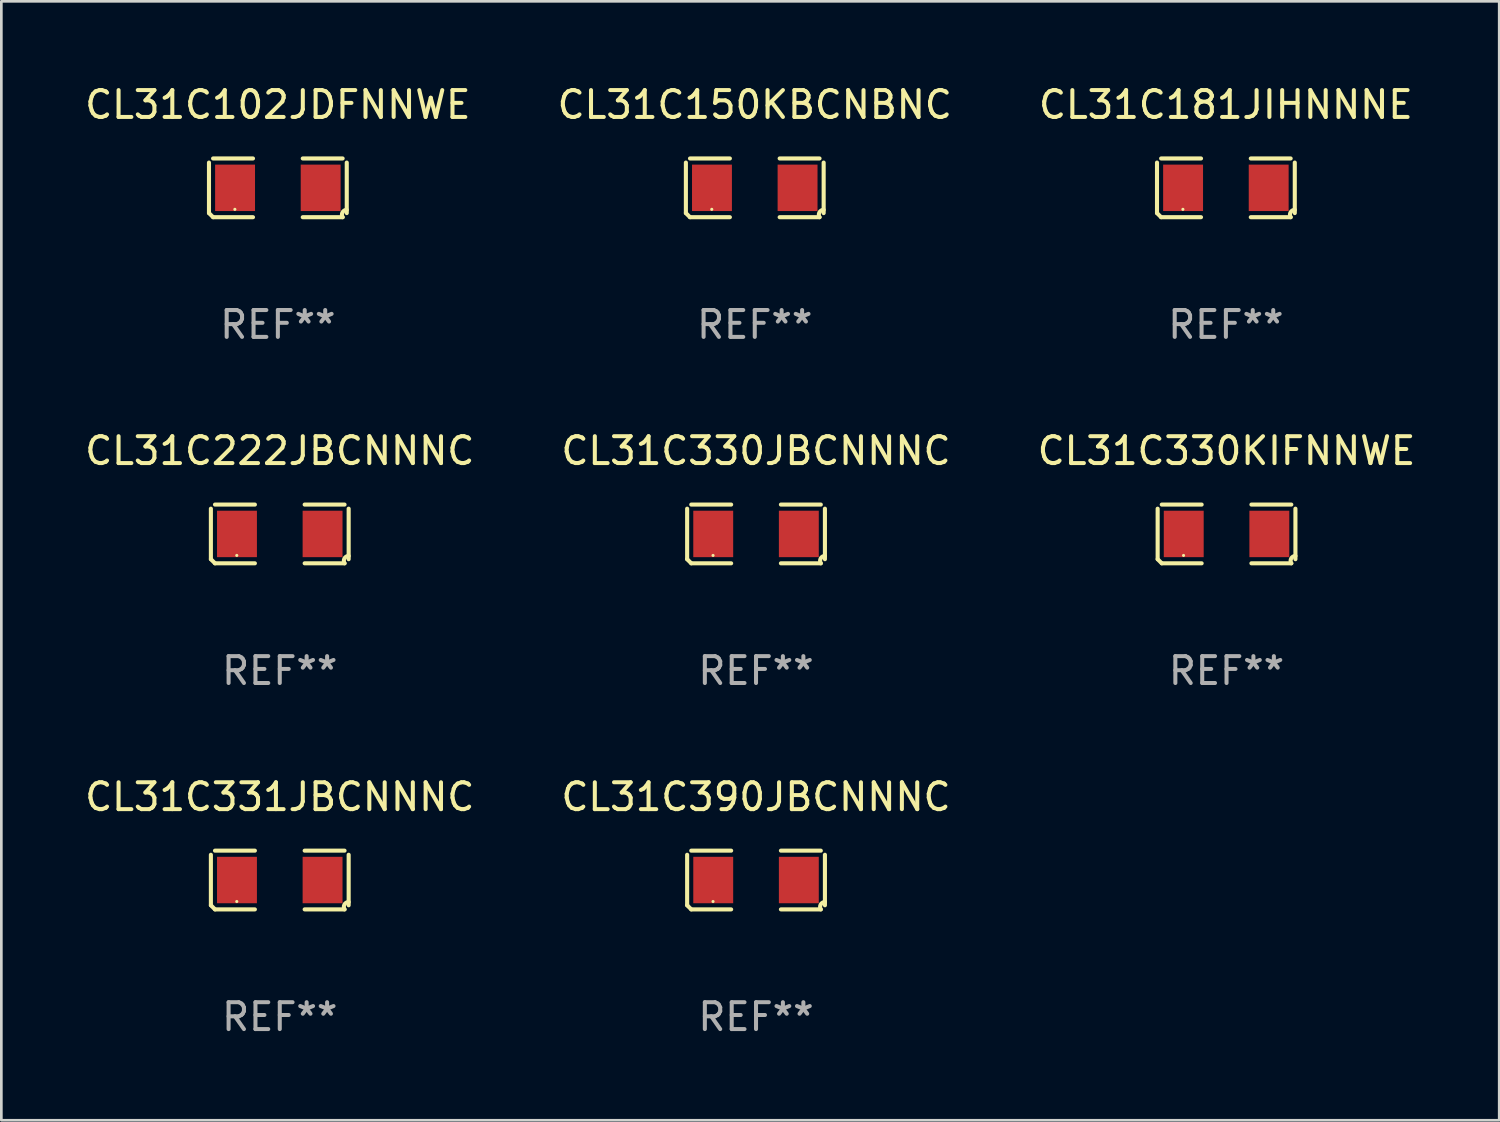
<source format=kicad_pcb>
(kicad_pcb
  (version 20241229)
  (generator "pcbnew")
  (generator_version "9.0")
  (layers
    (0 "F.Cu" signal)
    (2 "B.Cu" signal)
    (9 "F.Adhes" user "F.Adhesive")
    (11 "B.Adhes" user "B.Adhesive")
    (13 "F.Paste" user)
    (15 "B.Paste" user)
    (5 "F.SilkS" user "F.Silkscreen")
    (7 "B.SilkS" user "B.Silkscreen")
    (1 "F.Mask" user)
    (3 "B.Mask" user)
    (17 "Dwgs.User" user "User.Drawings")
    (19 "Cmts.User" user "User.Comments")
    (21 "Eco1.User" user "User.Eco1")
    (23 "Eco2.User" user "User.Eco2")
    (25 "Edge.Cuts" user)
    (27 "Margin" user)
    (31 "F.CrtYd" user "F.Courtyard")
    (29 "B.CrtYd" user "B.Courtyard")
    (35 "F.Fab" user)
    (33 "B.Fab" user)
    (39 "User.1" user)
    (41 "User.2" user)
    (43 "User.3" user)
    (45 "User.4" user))
  (footprint "CL31C330JBCNNNC"
    (layer "F.Cu")
    (at 25.089 16.823)
    (property "Reference" "CL31C330JBCNNNC" (at 0 -3.093 0) (layer "F.SilkS") (effects (font (size 1 1) (thickness 0.15))))
    (attr through_hole)
    (fp_line (start -2.564 0.94) (end -2.564 -0.94) (stroke (width 0.152) (type solid)) (layer "F.SilkS"))
    (fp_line (start -2.411 -1.093) (end -0.926 -1.093) (stroke (width 0.152) (type solid)) (layer "F.SilkS"))
    (fp_line (start -0.926 1.093) (end -2.411 1.093) (stroke (width 0.152) (type solid)) (layer "F.SilkS"))
    (fp_line (start 0.926 1.093) (end 2.411 1.093) (stroke (width 0.152) (type solid)) (layer "F.SilkS"))
    (fp_line (start 2.411 -1.093) (end 0.926 -1.093) (stroke (width 0.152) (type solid)) (layer "F.SilkS"))
    (fp_line (start 2.564 0.94) (end 2.564 -0.94) (stroke (width 0.152) (type solid)) (layer "F.SilkS"))
    (fp_arc (start -2.411201 1.092609) (mid -2.487413 1.01642) (end -2.563602 0.940208) (stroke (width 0.1524) (type solid)) (layer "F.SilkS"))
    (fp_arc (start 2.411201 1.092609) (mid 2.407159 0.911226) (end 2.563602 0.819347) (stroke (width 0.1524) (type solid)) (layer "F.SilkS"))
    (fp_circle (center -1.6 0.8) (end -1.57 0.8) (stroke (width 0.06) (type solid)) (fill no) (layer "F.SilkS"))
    (fp_text user "REF**" (at 0 5.093 0) (layer "F.Fab") (effects (font (size 1 1) (thickness 0.15))))
    (pad "1" smd rect (at -1.593 0) (size 1.485 1.728) (layers "F.Cu" "F.Mask" "F.Paste"))
    (pad "2" smd rect (at 1.593 0) (size 1.485 1.728) (layers "F.Cu" "F.Mask" "F.Paste")))
  (footprint "CL31C102JDFNNWE"
    (layer "F.Cu")
    (at 7.292 3.941)
    (property "Reference" "CL31C102JDFNNWE" (at 0 -3.093 0) (layer "F.SilkS") (effects (font (size 1 1) (thickness 0.15))))
    (attr through_hole)
    (fp_line (start -2.564 0.94) (end -2.564 -0.94) (stroke (width 0.152) (type solid)) (layer "F.SilkS"))
    (fp_line (start -2.411 -1.093) (end -0.926 -1.093) (stroke (width 0.152) (type solid)) (layer "F.SilkS"))
    (fp_line (start -0.926 1.093) (end -2.411 1.093) (stroke (width 0.152) (type solid)) (layer "F.SilkS"))
    (fp_line (start 0.926 1.093) (end 2.411 1.093) (stroke (width 0.152) (type solid)) (layer "F.SilkS"))
    (fp_line (start 2.411 -1.093) (end 0.926 -1.093) (stroke (width 0.152) (type solid)) (layer "F.SilkS"))
    (fp_line (start 2.564 0.94) (end 2.564 -0.94) (stroke (width 0.152) (type solid)) (layer "F.SilkS"))
    (fp_arc (start -2.411201 1.092609) (mid -2.487413 1.01642) (end -2.563602 0.940208) (stroke (width 0.1524) (type solid)) (layer "F.SilkS"))
    (fp_arc (start 2.411201 1.092609) (mid 2.407159 0.911226) (end 2.563602 0.819347) (stroke (width 0.1524) (type solid)) (layer "F.SilkS"))
    (fp_circle (center -1.6 0.8) (end -1.57 0.8) (stroke (width 0.06) (type solid)) (fill no) (layer "F.SilkS"))
    (fp_text user "REF**" (at 0 5.093 0) (layer "F.Fab") (effects (font (size 1 1) (thickness 0.15))))
    (pad "1" smd rect (at -1.593 0) (size 1.485 1.728) (layers "F.Cu" "F.Mask" "F.Paste"))
    (pad "2" smd rect (at 1.593 0) (size 1.485 1.728) (layers "F.Cu" "F.Mask" "F.Paste")))
  (footprint "CL31C390JBCNNNC"
    (layer "F.Cu")
    (at 25.089 29.704)
    (property "Reference" "CL31C390JBCNNNC" (at 0 -3.093 0) (layer "F.SilkS") (effects (font (size 1 1) (thickness 0.15))))
    (attr through_hole)
    (fp_line (start -2.564 0.94) (end -2.564 -0.94) (stroke (width 0.152) (type solid)) (layer "F.SilkS"))
    (fp_line (start -2.411 -1.093) (end -0.926 -1.093) (stroke (width 0.152) (type solid)) (layer "F.SilkS"))
    (fp_line (start -0.926 1.093) (end -2.411 1.093) (stroke (width 0.152) (type solid)) (layer "F.SilkS"))
    (fp_line (start 0.926 1.093) (end 2.411 1.093) (stroke (width 0.152) (type solid)) (layer "F.SilkS"))
    (fp_line (start 2.411 -1.093) (end 0.926 -1.093) (stroke (width 0.152) (type solid)) (layer "F.SilkS"))
    (fp_line (start 2.564 0.94) (end 2.564 -0.94) (stroke (width 0.152) (type solid)) (layer "F.SilkS"))
    (fp_arc (start -2.411201 1.092609) (mid -2.487413 1.01642) (end -2.563602 0.940208) (stroke (width 0.1524) (type solid)) (layer "F.SilkS"))
    (fp_arc (start 2.411201 1.092609) (mid 2.407159 0.911226) (end 2.563602 0.819347) (stroke (width 0.1524) (type solid)) (layer "F.SilkS"))
    (fp_circle (center -1.6 0.8) (end -1.57 0.8) (stroke (width 0.06) (type solid)) (fill no) (layer "F.SilkS"))
    (fp_text user "REF**" (at 0 5.093 0) (layer "F.Fab") (effects (font (size 1 1) (thickness 0.15))))
    (pad "1" smd rect (at -1.593 0) (size 1.485 1.728) (layers "F.Cu" "F.Mask" "F.Paste"))
    (pad "2" smd rect (at 1.593 0) (size 1.485 1.728) (layers "F.Cu" "F.Mask" "F.Paste")))
  (footprint "CL31C222JBCNNNC"
    (layer "F.Cu")
    (at 7.363 16.823)
    (property "Reference" "CL31C222JBCNNNC" (at 0 -3.093 0) (layer "F.SilkS") (effects (font (size 1 1) (thickness 0.15))))
    (attr through_hole)
    (fp_line (start -2.564 0.94) (end -2.564 -0.94) (stroke (width 0.152) (type solid)) (layer "F.SilkS"))
    (fp_line (start -2.411 -1.093) (end -0.926 -1.093) (stroke (width 0.152) (type solid)) (layer "F.SilkS"))
    (fp_line (start -0.926 1.093) (end -2.411 1.093) (stroke (width 0.152) (type solid)) (layer "F.SilkS"))
    (fp_line (start 0.926 1.093) (end 2.411 1.093) (stroke (width 0.152) (type solid)) (layer "F.SilkS"))
    (fp_line (start 2.411 -1.093) (end 0.926 -1.093) (stroke (width 0.152) (type solid)) (layer "F.SilkS"))
    (fp_line (start 2.564 0.94) (end 2.564 -0.94) (stroke (width 0.152) (type solid)) (layer "F.SilkS"))
    (fp_arc (start -2.411201 1.092609) (mid -2.487413 1.01642) (end -2.563602 0.940208) (stroke (width 0.1524) (type solid)) (layer "F.SilkS"))
    (fp_arc (start 2.411201 1.092609) (mid 2.407159 0.911226) (end 2.563602 0.819347) (stroke (width 0.1524) (type solid)) (layer "F.SilkS"))
    (fp_circle (center -1.6 0.8) (end -1.57 0.8) (stroke (width 0.06) (type solid)) (fill no) (layer "F.SilkS"))
    (fp_text user "REF**" (at 0 5.093 0) (layer "F.Fab") (effects (font (size 1 1) (thickness 0.15))))
    (pad "1" smd rect (at -1.593 0) (size 1.485 1.728) (layers "F.Cu" "F.Mask" "F.Paste"))
    (pad "2" smd rect (at 1.593 0) (size 1.485 1.728) (layers "F.Cu" "F.Mask" "F.Paste")))
  (footprint "CL31C330KIFNNWE"
    (layer "F.Cu")
    (at 42.601 16.823)
    (property "Reference" "CL31C330KIFNNWE" (at 0 -3.093 0) (layer "F.SilkS") (effects (font (size 1 1) (thickness 0.15))))
    (attr through_hole)
    (fp_line (start -2.564 0.94) (end -2.564 -0.94) (stroke (width 0.152) (type solid)) (layer "F.SilkS"))
    (fp_line (start -2.411 -1.093) (end -0.926 -1.093) (stroke (width 0.152) (type solid)) (layer "F.SilkS"))
    (fp_line (start -0.926 1.093) (end -2.411 1.093) (stroke (width 0.152) (type solid)) (layer "F.SilkS"))
    (fp_line (start 0.926 1.093) (end 2.411 1.093) (stroke (width 0.152) (type solid)) (layer "F.SilkS"))
    (fp_line (start 2.411 -1.093) (end 0.926 -1.093) (stroke (width 0.152) (type solid)) (layer "F.SilkS"))
    (fp_line (start 2.564 0.94) (end 2.564 -0.94) (stroke (width 0.152) (type solid)) (layer "F.SilkS"))
    (fp_arc (start -2.411201 1.092609) (mid -2.487413 1.01642) (end -2.563602 0.940208) (stroke (width 0.1524) (type solid)) (layer "F.SilkS"))
    (fp_arc (start 2.411201 1.092609) (mid 2.407159 0.911226) (end 2.563602 0.819347) (stroke (width 0.1524) (type solid)) (layer "F.SilkS"))
    (fp_circle (center -1.6 0.8) (end -1.57 0.8) (stroke (width 0.06) (type solid)) (fill no) (layer "F.SilkS"))
    (fp_text user "REF**" (at 0 5.093 0) (layer "F.Fab") (effects (font (size 1 1) (thickness 0.15))))
    (pad "1" smd rect (at -1.593 0) (size 1.485 1.728) (layers "F.Cu" "F.Mask" "F.Paste"))
    (pad "2" smd rect (at 1.593 0) (size 1.485 1.728) (layers "F.Cu" "F.Mask" "F.Paste")))
  (footprint "CL31C181JIHNNNE"
    (layer "F.Cu")
    (at 42.577 3.941)
    (property "Reference" "CL31C181JIHNNNE" (at 0 -3.093 0) (layer "F.SilkS") (effects (font (size 1 1) (thickness 0.15))))
    (attr through_hole)
    (fp_line (start -2.564 0.94) (end -2.564 -0.94) (stroke (width 0.152) (type solid)) (layer "F.SilkS"))
    (fp_line (start -2.411 -1.093) (end -0.926 -1.093) (stroke (width 0.152) (type solid)) (layer "F.SilkS"))
    (fp_line (start -0.926 1.093) (end -2.411 1.093) (stroke (width 0.152) (type solid)) (layer "F.SilkS"))
    (fp_line (start 0.926 1.093) (end 2.411 1.093) (stroke (width 0.152) (type solid)) (layer "F.SilkS"))
    (fp_line (start 2.411 -1.093) (end 0.926 -1.093) (stroke (width 0.152) (type solid)) (layer "F.SilkS"))
    (fp_line (start 2.564 0.94) (end 2.564 -0.94) (stroke (width 0.152) (type solid)) (layer "F.SilkS"))
    (fp_arc (start -2.411201 1.092609) (mid -2.487413 1.01642) (end -2.563602 0.940208) (stroke (width 0.1524) (type solid)) (layer "F.SilkS"))
    (fp_arc (start 2.411201 1.092609) (mid 2.407159 0.911226) (end 2.563602 0.819347) (stroke (width 0.1524) (type solid)) (layer "F.SilkS"))
    (fp_circle (center -1.6 0.8) (end -1.57 0.8) (stroke (width 0.06) (type solid)) (fill no) (layer "F.SilkS"))
    (fp_text user "REF**" (at 0 5.093 0) (layer "F.Fab") (effects (font (size 1 1) (thickness 0.15))))
    (pad "1" smd rect (at -1.593 0) (size 1.485 1.728) (layers "F.Cu" "F.Mask" "F.Paste"))
    (pad "2" smd rect (at 1.593 0) (size 1.485 1.728) (layers "F.Cu" "F.Mask" "F.Paste")))
  (footprint "CL31C331JBCNNNC"
    (layer "F.Cu")
    (at 7.363 29.704)
    (property "Reference" "CL31C331JBCNNNC" (at 0 -3.093 0) (layer "F.SilkS") (effects (font (size 1 1) (thickness 0.15))))
    (attr through_hole)
    (fp_line (start -2.564 0.94) (end -2.564 -0.94) (stroke (width 0.152) (type solid)) (layer "F.SilkS"))
    (fp_line (start -2.411 -1.093) (end -0.926 -1.093) (stroke (width 0.152) (type solid)) (layer "F.SilkS"))
    (fp_line (start -0.926 1.093) (end -2.411 1.093) (stroke (width 0.152) (type solid)) (layer "F.SilkS"))
    (fp_line (start 0.926 1.093) (end 2.411 1.093) (stroke (width 0.152) (type solid)) (layer "F.SilkS"))
    (fp_line (start 2.411 -1.093) (end 0.926 -1.093) (stroke (width 0.152) (type solid)) (layer "F.SilkS"))
    (fp_line (start 2.564 0.94) (end 2.564 -0.94) (stroke (width 0.152) (type solid)) (layer "F.SilkS"))
    (fp_arc (start -2.411201 1.092609) (mid -2.487413 1.01642) (end -2.563602 0.940208) (stroke (width 0.1524) (type solid)) (layer "F.SilkS"))
    (fp_arc (start 2.411201 1.092609) (mid 2.407159 0.911226) (end 2.563602 0.819347) (stroke (width 0.1524) (type solid)) (layer "F.SilkS"))
    (fp_circle (center -1.6 0.8) (end -1.57 0.8) (stroke (width 0.06) (type solid)) (fill no) (layer "F.SilkS"))
    (fp_text user "REF**" (at 0 5.093 0) (layer "F.Fab") (effects (font (size 1 1) (thickness 0.15))))
    (pad "1" smd rect (at -1.593 0) (size 1.485 1.728) (layers "F.Cu" "F.Mask" "F.Paste"))
    (pad "2" smd rect (at 1.593 0) (size 1.485 1.728) (layers "F.Cu" "F.Mask" "F.Paste")))
  (footprint "CL31C150KBCNBNC"
    (layer "F.Cu")
    (at 25.042 3.941)
    (property "Reference" "CL31C150KBCNBNC" (at 0 -3.093 0) (layer "F.SilkS") (effects (font (size 1 1) (thickness 0.15))))
    (attr through_hole)
    (fp_line (start -2.564 0.94) (end -2.564 -0.94) (stroke (width 0.152) (type solid)) (layer "F.SilkS"))
    (fp_line (start -2.411 -1.093) (end -0.926 -1.093) (stroke (width 0.152) (type solid)) (layer "F.SilkS"))
    (fp_line (start -0.926 1.093) (end -2.411 1.093) (stroke (width 0.152) (type solid)) (layer "F.SilkS"))
    (fp_line (start 0.926 1.093) (end 2.411 1.093) (stroke (width 0.152) (type solid)) (layer "F.SilkS"))
    (fp_line (start 2.411 -1.093) (end 0.926 -1.093) (stroke (width 0.152) (type solid)) (layer "F.SilkS"))
    (fp_line (start 2.564 0.94) (end 2.564 -0.94) (stroke (width 0.152) (type solid)) (layer "F.SilkS"))
    (fp_arc (start -2.411201 1.092609) (mid -2.487413 1.01642) (end -2.563602 0.940208) (stroke (width 0.1524) (type solid)) (layer "F.SilkS"))
    (fp_arc (start 2.411201 1.092609) (mid 2.407159 0.911226) (end 2.563602 0.819347) (stroke (width 0.1524) (type solid)) (layer "F.SilkS"))
    (fp_circle (center -1.6 0.8) (end -1.57 0.8) (stroke (width 0.06) (type solid)) (fill no) (layer "F.SilkS"))
    (fp_text user "REF**" (at 0 5.093 0) (layer "F.Fab") (effects (font (size 1 1) (thickness 0.15))))
    (pad "1" smd rect (at -1.593 0) (size 1.485 1.728) (layers "F.Cu" "F.Mask" "F.Paste"))
    (pad "2" smd rect (at 1.593 0) (size 1.485 1.728) (layers "F.Cu" "F.Mask" "F.Paste")))
  (gr_rect
    (start -3 -3)
    (end 52.75 38.645)
    (stroke (width 0.1) (type default))
    (fill no)
    (layer "Edge.Cuts")))
</source>
